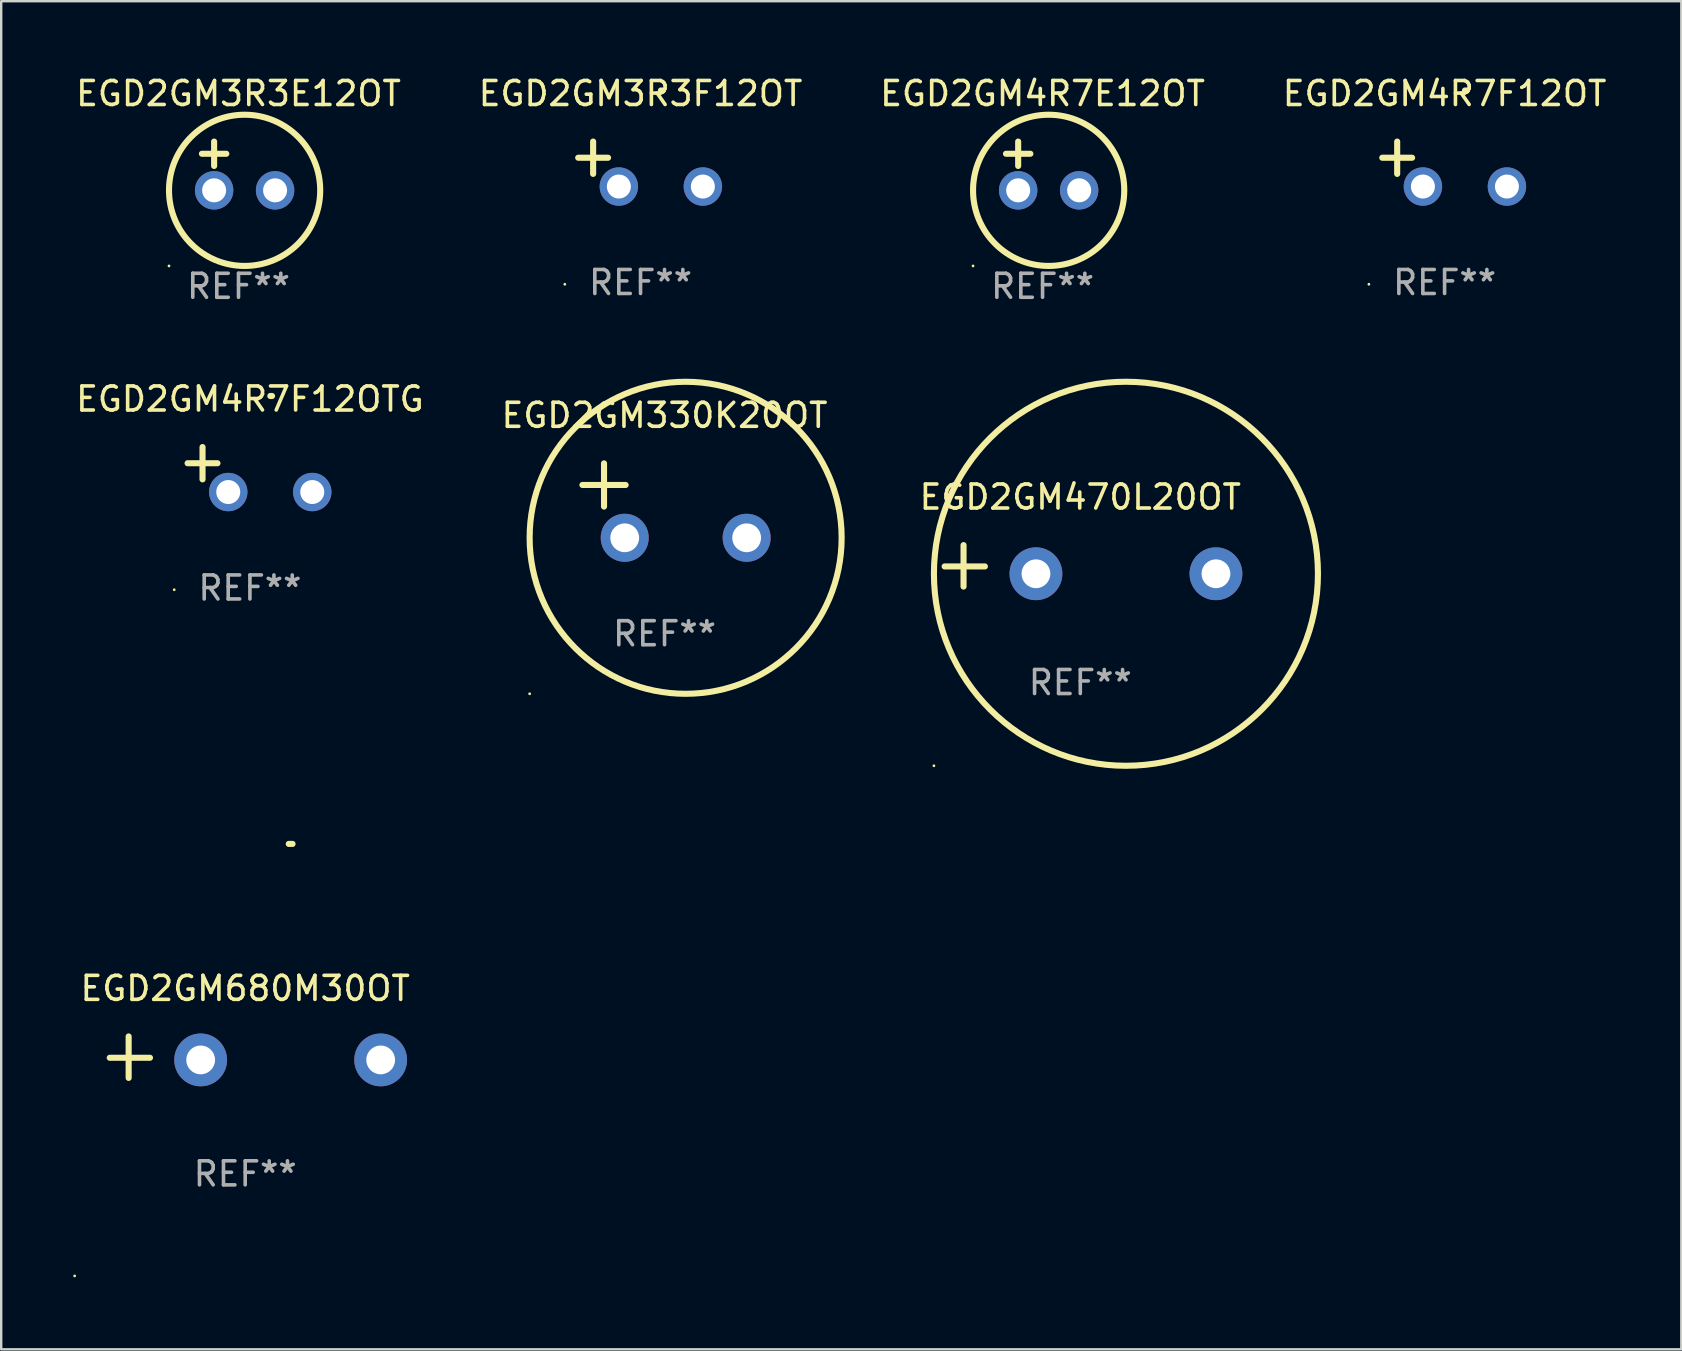
<source format=kicad_pcb>
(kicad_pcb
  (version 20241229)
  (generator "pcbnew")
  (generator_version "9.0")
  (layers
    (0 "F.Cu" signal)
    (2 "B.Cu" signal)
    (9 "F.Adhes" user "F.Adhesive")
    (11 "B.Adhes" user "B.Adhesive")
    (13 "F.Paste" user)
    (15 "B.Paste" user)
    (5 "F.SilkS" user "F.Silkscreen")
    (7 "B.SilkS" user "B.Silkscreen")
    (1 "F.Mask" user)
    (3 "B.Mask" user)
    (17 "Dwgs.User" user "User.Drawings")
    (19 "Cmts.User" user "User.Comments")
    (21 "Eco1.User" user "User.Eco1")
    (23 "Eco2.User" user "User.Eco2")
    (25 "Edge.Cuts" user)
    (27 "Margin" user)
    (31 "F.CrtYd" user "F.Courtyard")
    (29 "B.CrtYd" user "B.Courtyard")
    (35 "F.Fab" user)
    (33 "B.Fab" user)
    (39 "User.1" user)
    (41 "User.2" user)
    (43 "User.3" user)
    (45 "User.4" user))
  (footprint "EGD2GM680M30OT"
    (layer "F.Cu")
    (at 7.166 40.996)
    (property "Reference" "EGD2GM680M30OT" (at 0 -2.864 0) (layer "F.SilkS") (effects (font (size 1 1) (thickness 0.15))))
    (attr through_hole)
    (fp_line (start -4.856 0.864) (end -4.856 -0.864) (stroke (width 0.254) (type solid)) (layer "F.SilkS"))
    (fp_line (start -3.967 0.025) (end -5.644 0.025) (stroke (width 0.254) (type solid)) (layer "F.SilkS"))
    (fp_arc (start 1.815024 -8.885649) (mid 1.893764 -8.88599) (end 1.972504 -8.885649) (stroke (width 0.254001) (type solid)) (layer "F.SilkS"))
    (fp_circle (center -7.106 9.114) (end -7.076 9.114) (stroke (width 0.06) (type solid)) (fill no) (layer "F.SilkS"))
    (fp_text user "REF**" (at 0 4.864 0) (layer "F.Fab") (effects (font (size 1 1) (thickness 0.15))))
    (pad "1" thru_hole circle (at -1.856 0.114) (size 2.2 2.2) (drill 1.2) (layers "*.Cu" "*.Mask"))
    (pad "2" thru_hole circle (at 5.644 0.114) (size 2.2 2.2) (drill 1.2) (layers "*.Cu" "*.Mask")))
  (footprint "EGD2GM3R3F12OT"
    (layer "F.Cu")
    (at 23.637 3.785)
    (property "Reference" "EGD2GM3R3F12OT" (at 0 -2.937 0) (layer "F.SilkS") (effects (font (size 1 1) (thickness 0.15))))
    (attr through_hole)
    (fp_line (start -1.975 0.41) (end -1.975 -0.937) (stroke (width 0.254) (type solid)) (layer "F.SilkS"))
    (fp_line (start -1.353 -0.263) (end -2.597 -0.263) (stroke (width 0.254) (type solid)) (layer "F.SilkS"))
    (fp_arc (start 0.849809 -3.063957) (mid 0.885369 -3.064114) (end 0.920929 -3.063957) (stroke (width 0.254001) (type solid)) (layer "F.SilkS"))
    (fp_circle (center -3.154 5.008) (end -3.124 5.008) (stroke (width 0.06) (type solid)) (fill no) (layer "F.SilkS"))
    (fp_text user "REF**" (at 0 4.937 0) (layer "F.Fab") (effects (font (size 1 1) (thickness 0.15))))
    (pad "1" thru_hole circle (at -0.903 0.937) (size 1.6 1.6) (drill 1) (layers "*.Cu" "*.Mask"))
    (pad "2" thru_hole circle (at 2.597 0.937) (size 1.6 1.6) (drill 1) (layers "*.Cu" "*.Mask")))
  (footprint "EGD2GM4R7F12OT"
    (layer "F.Cu")
    (at 57.137 3.785)
    (property "Reference" "EGD2GM4R7F12OT" (at 0 -2.937 0) (layer "F.SilkS") (effects (font (size 1 1) (thickness 0.15))))
    (attr through_hole)
    (fp_line (start -1.975 0.41) (end -1.975 -0.937) (stroke (width 0.254) (type solid)) (layer "F.SilkS"))
    (fp_line (start -1.353 -0.263) (end -2.597 -0.263) (stroke (width 0.254) (type solid)) (layer "F.SilkS"))
    (fp_arc (start 0.849809 -3.063957) (mid 0.885369 -3.064114) (end 0.920929 -3.063957) (stroke (width 0.254001) (type solid)) (layer "F.SilkS"))
    (fp_circle (center -3.154 5.008) (end -3.124 5.008) (stroke (width 0.06) (type solid)) (fill no) (layer "F.SilkS"))
    (fp_text user "REF**" (at 0 4.937 0) (layer "F.Fab") (effects (font (size 1 1) (thickness 0.15))))
    (pad "1" thru_hole circle (at -0.903 0.937) (size 1.6 1.6) (drill 1) (layers "*.Cu" "*.Mask"))
    (pad "2" thru_hole circle (at 2.597 0.937) (size 1.6 1.6) (drill 1) (layers "*.Cu" "*.Mask")))
  (footprint "EGD2GM4R7E12OT"
    (layer "F.Cu")
    (at 40.387 3.864)
    (property "Reference" "EGD2GM4R7E12OT" (at 0 -3.016 0) (layer "F.SilkS") (effects (font (size 1 1) (thickness 0.15))))
    (attr through_hole)
    (fp_line (start -1.524 -0.508) (end -0.508 -0.508) (stroke (width 0.254) (type solid)) (layer "F.SilkS"))
    (fp_line (start -1.016 -1.016) (end -1.016 0) (stroke (width 0.254) (type solid)) (layer "F.SilkS"))
    (fp_circle (center -2.896 4.166) (end -2.866 4.166) (stroke (width 0.06) (type solid)) (fill no) (layer "F.SilkS"))
    (fp_circle (center 0.254 1.016) (end 3.404 1.016) (stroke (width 0.254) (type solid)) (fill no) (layer "F.SilkS"))
    (fp_text user "REF**" (at 0 5.016 0) (layer "F.Fab") (effects (font (size 1 1) (thickness 0.15))))
    (pad "1" thru_hole circle (at -1.016 1.016) (size 1.6 1.6) (drill 1) (layers "*.Cu" "*.Mask"))
    (pad "2" thru_hole circle (at 1.524 1.016) (size 1.6 1.6) (drill 1) (layers "*.Cu" "*.Mask")))
  (footprint "EGD2GM330K20OT"
    (layer "F.Cu")
    (at 24.637 17.806)
    (property "Reference" "EGD2GM330K20OT" (at 0 -3.55 0) (layer "F.SilkS") (effects (font (size 1 1) (thickness 0.15))))
    (attr through_hole)
    (fp_line (start -3.421 -0.65) (end -1.621 -0.65) (stroke (width 0.254) (type solid)) (layer "F.SilkS"))
    (fp_line (start -2.521 -1.55) (end -2.521 0.25) (stroke (width 0.254) (type solid)) (layer "F.SilkS"))
    (fp_circle (center -5.619 8.05) (end -5.589 8.05) (stroke (width 0.06) (type solid)) (fill no) (layer "F.SilkS"))
    (fp_circle (center 0.879 1.55) (end 7.379 1.55) (stroke (width 0.254) (type solid)) (fill no) (layer "F.SilkS"))
    (fp_text user "REF**" (at 0 5.55 0) (layer "F.Fab") (effects (font (size 1 1) (thickness 0.15))))
    (pad "1" thru_hole circle (at -1.659 1.55) (size 2 2) (drill 1.2) (layers "*.Cu" "*.Mask"))
    (pad "2" thru_hole circle (at 3.421 1.55) (size 2 2) (drill 1.2) (layers "*.Cu" "*.Mask")))
  (footprint "EGD2GM3R3E12OT"
    (layer "F.Cu")
    (at 6.887 3.864)
    (property "Reference" "EGD2GM3R3E12OT" (at 0 -3.016 0) (layer "F.SilkS") (effects (font (size 1 1) (thickness 0.15))))
    (attr through_hole)
    (fp_line (start -1.524 -0.508) (end -0.508 -0.508) (stroke (width 0.254) (type solid)) (layer "F.SilkS"))
    (fp_line (start -1.016 -1.016) (end -1.016 0) (stroke (width 0.254) (type solid)) (layer "F.SilkS"))
    (fp_circle (center -2.896 4.166) (end -2.866 4.166) (stroke (width 0.06) (type solid)) (fill no) (layer "F.SilkS"))
    (fp_circle (center 0.254 1.016) (end 3.404 1.016) (stroke (width 0.254) (type solid)) (fill no) (layer "F.SilkS"))
    (fp_text user "REF**" (at 0 5.016 0) (layer "F.Fab") (effects (font (size 1 1) (thickness 0.15))))
    (pad "1" thru_hole circle (at -1.016 1.016) (size 1.6 1.6) (drill 1) (layers "*.Cu" "*.Mask"))
    (pad "2" thru_hole circle (at 1.524 1.016) (size 1.6 1.6) (drill 1) (layers "*.Cu" "*.Mask")))
  (footprint "EGD2GM4R7F12OTG"
    (layer "F.Cu")
    (at 7.363 16.513)
    (property "Reference" "EGD2GM4R7F12OTG" (at 0 -2.937 0) (layer "F.SilkS") (effects (font (size 1 1) (thickness 0.15))))
    (attr through_hole)
    (fp_line (start -1.975 0.41) (end -1.975 -0.937) (stroke (width 0.254) (type solid)) (layer "F.SilkS"))
    (fp_line (start -1.353 -0.263) (end -2.597 -0.263) (stroke (width 0.254) (type solid)) (layer "F.SilkS"))
    (fp_arc (start 0.849809 -3.063957) (mid 0.885369 -3.064114) (end 0.920929 -3.063957) (stroke (width 0.254001) (type solid)) (layer "F.SilkS"))
    (fp_circle (center -3.154 5.008) (end -3.124 5.008) (stroke (width 0.06) (type solid)) (fill no) (layer "F.SilkS"))
    (fp_text user "REF**" (at 0 4.937 0) (layer "F.Fab") (effects (font (size 1 1) (thickness 0.15))))
    (pad "1" thru_hole circle (at -0.903 0.937) (size 1.6 1.6) (drill 1) (layers "*.Cu" "*.Mask"))
    (pad "2" thru_hole circle (at 2.597 0.937) (size 1.6 1.6) (drill 1) (layers "*.Cu" "*.Mask")))
  (footprint "EGD2GM470L20OT"
    (layer "F.Cu")
    (at 41.959 20.525)
    (property "Reference" "EGD2GM470L20OT" (at 0 -2.864 0) (layer "F.SilkS") (effects (font (size 1 1) (thickness 0.15))))
    (attr through_hole)
    (fp_line (start -4.864 0.864) (end -4.864 -0.864) (stroke (width 0.254) (type solid)) (layer "F.SilkS"))
    (fp_line (start -3.975 0.025) (end -5.652 0.025) (stroke (width 0.254) (type solid)) (layer "F.SilkS"))
    (fp_circle (center -6.098 8.33) (end -6.068 8.33) (stroke (width 0.06) (type solid)) (fill no) (layer "F.SilkS"))
    (fp_circle (center 1.902 0.33) (end 9.902 0.33) (stroke (width 0.254) (type solid)) (fill no) (layer "F.SilkS"))
    (fp_text user "REF**" (at 0 4.864 0) (layer "F.Fab") (effects (font (size 1 1) (thickness 0.15))))
    (pad "1" thru_hole circle (at -1.848 0.33) (size 2.2 2.2) (drill 1.2) (layers "*.Cu" "*.Mask"))
    (pad "2" thru_hole circle (at 5.652 0.33) (size 2.2 2.2) (drill 1.2) (layers "*.Cu" "*.Mask")))
  (gr_rect
    (start -3 -3)
    (end 67 53.169)
    (stroke (width 0.1) (type default))
    (fill no)
    (layer "Edge.Cuts")))
</source>
